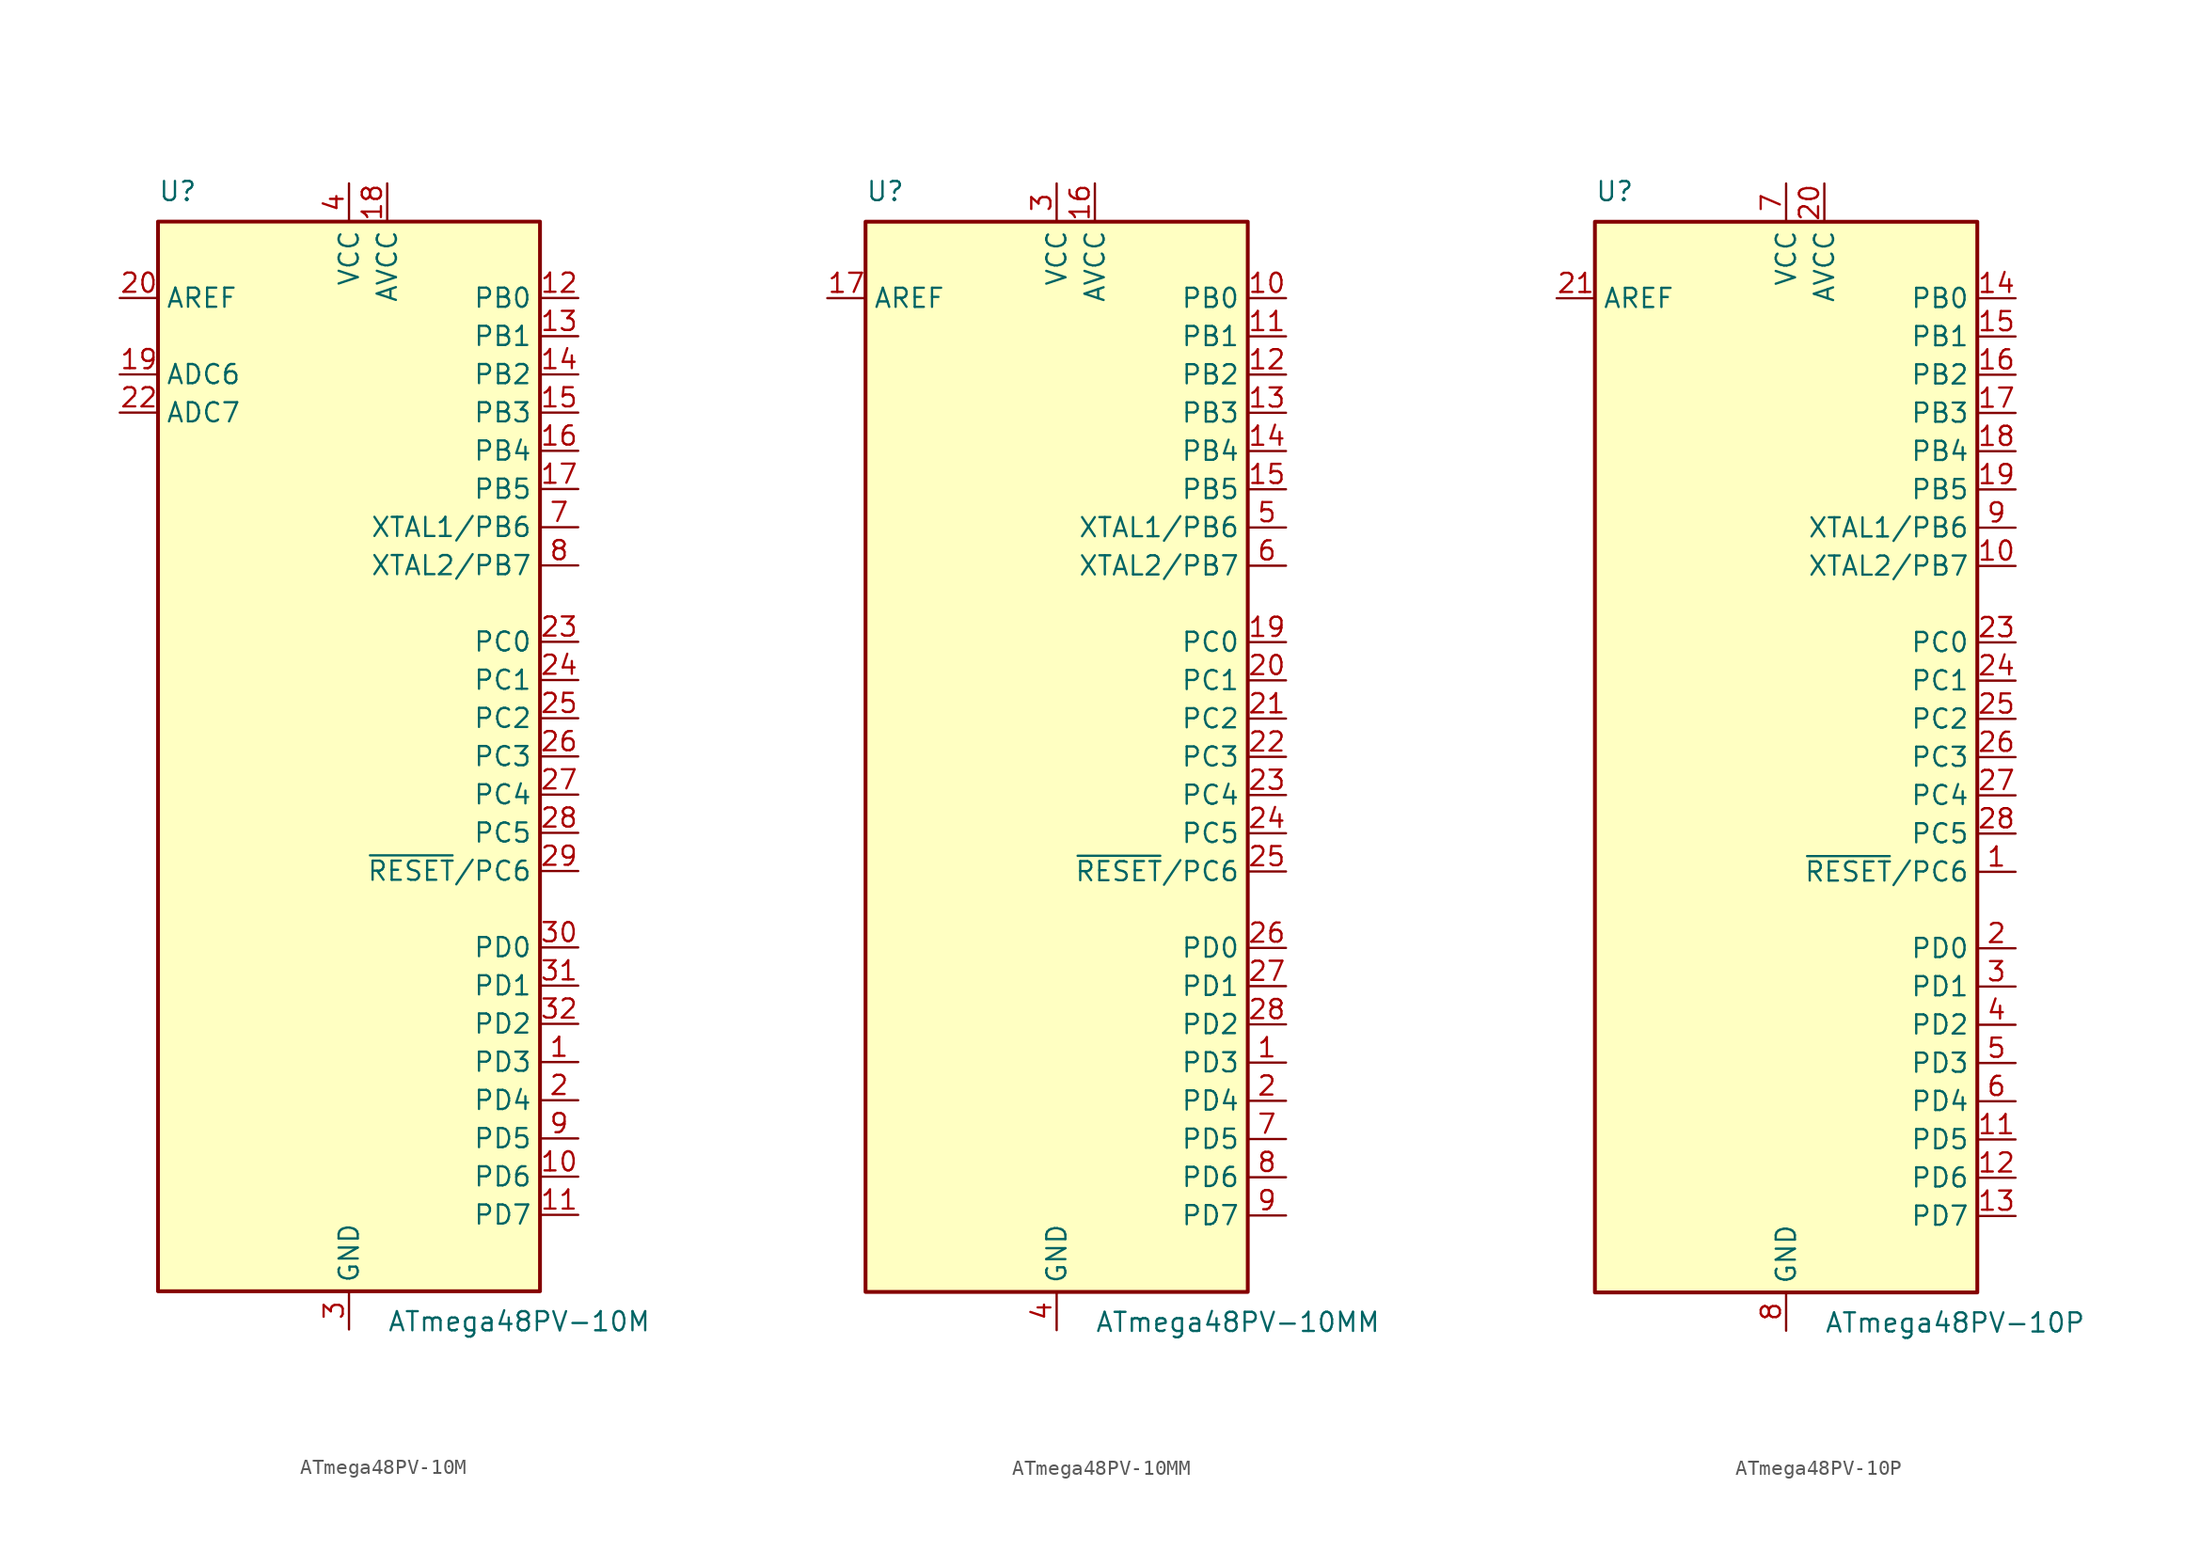
<source format=kicad_sym>
(kicad_symbol_lib
  (version 20201005)
  (generator kicad_symbol_editor)
  (symbol "ATmega48PV-10M"
    (property "Reference" "U"
      (at -12.7 36.83 0)
      (effects (font (size 1.27 1.27)) (justify left bottom)))
    (property "Value" "ATmega48PV-10M"
      (at 2.54 -36.83 0)
      (effects (font (size 1.27 1.27)) (justify left top)))
    (symbol "ATmega48PV-10M_0_1"
      (rectangle (start -12.7 -35.56) (end 12.7 35.56) (stroke (width 0.254)) (fill (type background))))
    (symbol "ATmega48PV-10M_1_1"
      (pin bidirectional line (at 15.24 -20.32 180) (length 2.54) (name "PD3" (effects (font (size 1.27 1.27)))) (number "1" (effects (font (size 1.27 1.27)))))
      (pin bidirectional line (at 15.24 -27.94 180) (length 2.54) (name "PD6" (effects (font (size 1.27 1.27)))) (number "10" (effects (font (size 1.27 1.27)))))
      (pin bidirectional line (at 15.24 -30.48 180) (length 2.54) (name "PD7" (effects (font (size 1.27 1.27)))) (number "11" (effects (font (size 1.27 1.27)))))
      (pin bidirectional line (at 15.24 30.48 180) (length 2.54) (name "PB0" (effects (font (size 1.27 1.27)))) (number "12" (effects (font (size 1.27 1.27)))))
      (pin bidirectional line (at 15.24 27.94 180) (length 2.54) (name "PB1" (effects (font (size 1.27 1.27)))) (number "13" (effects (font (size 1.27 1.27)))))
      (pin bidirectional line (at 15.24 25.4 180) (length 2.54) (name "PB2" (effects (font (size 1.27 1.27)))) (number "14" (effects (font (size 1.27 1.27)))))
      (pin bidirectional line (at 15.24 22.86 180) (length 2.54) (name "PB3" (effects (font (size 1.27 1.27)))) (number "15" (effects (font (size 1.27 1.27)))))
      (pin bidirectional line (at 15.24 20.32 180) (length 2.54) (name "PB4" (effects (font (size 1.27 1.27)))) (number "16" (effects (font (size 1.27 1.27)))))
      (pin bidirectional line (at 15.24 17.78 180) (length 2.54) (name "PB5" (effects (font (size 1.27 1.27)))) (number "17" (effects (font (size 1.27 1.27)))))
      (pin power_in line (at 2.54 38.1 270) (length 2.54) (name "AVCC" (effects (font (size 1.27 1.27)))) (number "18" (effects (font (size 1.27 1.27)))))
      (pin input line (at -15.24 25.4 0) (length 2.54) (name "ADC6" (effects (font (size 1.27 1.27)))) (number "19" (effects (font (size 1.27 1.27)))))
      (pin bidirectional line (at 15.24 -22.86 180) (length 2.54) (name "PD4" (effects (font (size 1.27 1.27)))) (number "2" (effects (font (size 1.27 1.27)))))
      (pin passive line (at -15.24 30.48 0) (length 2.54) (name "AREF" (effects (font (size 1.27 1.27)))) (number "20" (effects (font (size 1.27 1.27)))))
      (pin passive line (at 0 -38.1 90) (length 2.54) hide (name "GND" (effects (font (size 1.27 1.27)))) (number "21" (effects (font (size 1.27 1.27)))))
      (pin input line (at -15.24 22.86 0) (length 2.54) (name "ADC7" (effects (font (size 1.27 1.27)))) (number "22" (effects (font (size 1.27 1.27)))))
      (pin bidirectional line (at 15.24 7.62 180) (length 2.54) (name "PC0" (effects (font (size 1.27 1.27)))) (number "23" (effects (font (size 1.27 1.27)))))
      (pin bidirectional line (at 15.24 5.08 180) (length 2.54) (name "PC1" (effects (font (size 1.27 1.27)))) (number "24" (effects (font (size 1.27 1.27)))))
      (pin bidirectional line (at 15.24 2.54 180) (length 2.54) (name "PC2" (effects (font (size 1.27 1.27)))) (number "25" (effects (font (size 1.27 1.27)))))
      (pin bidirectional line (at 15.24 0 180) (length 2.54) (name "PC3" (effects (font (size 1.27 1.27)))) (number "26" (effects (font (size 1.27 1.27)))))
      (pin bidirectional line (at 15.24 -2.54 180) (length 2.54) (name "PC4" (effects (font (size 1.27 1.27)))) (number "27" (effects (font (size 1.27 1.27)))))
      (pin bidirectional line (at 15.24 -5.08 180) (length 2.54) (name "PC5" (effects (font (size 1.27 1.27)))) (number "28" (effects (font (size 1.27 1.27)))))
      (pin bidirectional line (at 15.24 -7.62 180) (length 2.54) (name "~RESET~/PC6" (effects (font (size 1.27 1.27)))) (number "29" (effects (font (size 1.27 1.27)))))
      (pin power_in line (at 0 -38.1 90) (length 2.54) (name "GND" (effects (font (size 1.27 1.27)))) (number "3" (effects (font (size 1.27 1.27)))))
      (pin bidirectional line (at 15.24 -12.7 180) (length 2.54) (name "PD0" (effects (font (size 1.27 1.27)))) (number "30" (effects (font (size 1.27 1.27)))))
      (pin bidirectional line (at 15.24 -15.24 180) (length 2.54) (name "PD1" (effects (font (size 1.27 1.27)))) (number "31" (effects (font (size 1.27 1.27)))))
      (pin bidirectional line (at 15.24 -17.78 180) (length 2.54) (name "PD2" (effects (font (size 1.27 1.27)))) (number "32" (effects (font (size 1.27 1.27)))))
      (pin passive line (at 0 -38.1 90) (length 2.54) hide (name "GND" (effects (font (size 1.27 1.27)))) (number "33" (effects (font (size 1.27 1.27)))))
      (pin power_in line (at 0 38.1 270) (length 2.54) (name "VCC" (effects (font (size 1.27 1.27)))) (number "4" (effects (font (size 1.27 1.27)))))
      (pin passive line (at 0 -38.1 90) (length 2.54) hide (name "GND" (effects (font (size 1.27 1.27)))) (number "5" (effects (font (size 1.27 1.27)))))
      (pin passive line (at 0 38.1 270) (length 2.54) hide (name "VCC" (effects (font (size 1.27 1.27)))) (number "6" (effects (font (size 1.27 1.27)))))
      (pin bidirectional line (at 15.24 15.24 180) (length 2.54) (name "XTAL1/PB6" (effects (font (size 1.27 1.27)))) (number "7" (effects (font (size 1.27 1.27)))))
      (pin bidirectional line (at 15.24 12.7 180) (length 2.54) (name "XTAL2/PB7" (effects (font (size 1.27 1.27)))) (number "8" (effects (font (size 1.27 1.27)))))
      (pin bidirectional line (at 15.24 -25.4 180) (length 2.54) (name "PD5" (effects (font (size 1.27 1.27)))) (number "9" (effects (font (size 1.27 1.27)))))))
  (symbol "ATmega48PV-10MM"
    (property "Reference" "U"
      (at -12.7 36.83 0)
      (effects (font (size 1.27 1.27)) (justify left bottom)))
    (property "Value" "ATmega48PV-10MM"
      (at 2.54 -36.83 0)
      (effects (font (size 1.27 1.27)) (justify left top)))
    (symbol "ATmega48PV-10MM_0_1"
      (rectangle (start -12.7 -35.56) (end 12.7 35.56) (stroke (width 0.254)) (fill (type background))))
    (symbol "ATmega48PV-10MM_1_1"
      (pin bidirectional line (at 15.24 -20.32 180) (length 2.54) (name "PD3" (effects (font (size 1.27 1.27)))) (number "1" (effects (font (size 1.27 1.27)))))
      (pin bidirectional line (at 15.24 30.48 180) (length 2.54) (name "PB0" (effects (font (size 1.27 1.27)))) (number "10" (effects (font (size 1.27 1.27)))))
      (pin bidirectional line (at 15.24 27.94 180) (length 2.54) (name "PB1" (effects (font (size 1.27 1.27)))) (number "11" (effects (font (size 1.27 1.27)))))
      (pin bidirectional line (at 15.24 25.4 180) (length 2.54) (name "PB2" (effects (font (size 1.27 1.27)))) (number "12" (effects (font (size 1.27 1.27)))))
      (pin bidirectional line (at 15.24 22.86 180) (length 2.54) (name "PB3" (effects (font (size 1.27 1.27)))) (number "13" (effects (font (size 1.27 1.27)))))
      (pin bidirectional line (at 15.24 20.32 180) (length 2.54) (name "PB4" (effects (font (size 1.27 1.27)))) (number "14" (effects (font (size 1.27 1.27)))))
      (pin bidirectional line (at 15.24 17.78 180) (length 2.54) (name "PB5" (effects (font (size 1.27 1.27)))) (number "15" (effects (font (size 1.27 1.27)))))
      (pin power_in line (at 2.54 38.1 270) (length 2.54) (name "AVCC" (effects (font (size 1.27 1.27)))) (number "16" (effects (font (size 1.27 1.27)))))
      (pin passive line (at -15.24 30.48 0) (length 2.54) (name "AREF" (effects (font (size 1.27 1.27)))) (number "17" (effects (font (size 1.27 1.27)))))
      (pin passive line (at 0 -38.1 90) (length 2.54) hide (name "GND" (effects (font (size 1.27 1.27)))) (number "18" (effects (font (size 1.27 1.27)))))
      (pin bidirectional line (at 15.24 7.62 180) (length 2.54) (name "PC0" (effects (font (size 1.27 1.27)))) (number "19" (effects (font (size 1.27 1.27)))))
      (pin bidirectional line (at 15.24 -22.86 180) (length 2.54) (name "PD4" (effects (font (size 1.27 1.27)))) (number "2" (effects (font (size 1.27 1.27)))))
      (pin bidirectional line (at 15.24 5.08 180) (length 2.54) (name "PC1" (effects (font (size 1.27 1.27)))) (number "20" (effects (font (size 1.27 1.27)))))
      (pin bidirectional line (at 15.24 2.54 180) (length 2.54) (name "PC2" (effects (font (size 1.27 1.27)))) (number "21" (effects (font (size 1.27 1.27)))))
      (pin bidirectional line (at 15.24 0 180) (length 2.54) (name "PC3" (effects (font (size 1.27 1.27)))) (number "22" (effects (font (size 1.27 1.27)))))
      (pin bidirectional line (at 15.24 -2.54 180) (length 2.54) (name "PC4" (effects (font (size 1.27 1.27)))) (number "23" (effects (font (size 1.27 1.27)))))
      (pin bidirectional line (at 15.24 -5.08 180) (length 2.54) (name "PC5" (effects (font (size 1.27 1.27)))) (number "24" (effects (font (size 1.27 1.27)))))
      (pin bidirectional line (at 15.24 -7.62 180) (length 2.54) (name "~RESET~/PC6" (effects (font (size 1.27 1.27)))) (number "25" (effects (font (size 1.27 1.27)))))
      (pin bidirectional line (at 15.24 -12.7 180) (length 2.54) (name "PD0" (effects (font (size 1.27 1.27)))) (number "26" (effects (font (size 1.27 1.27)))))
      (pin bidirectional line (at 15.24 -15.24 180) (length 2.54) (name "PD1" (effects (font (size 1.27 1.27)))) (number "27" (effects (font (size 1.27 1.27)))))
      (pin bidirectional line (at 15.24 -17.78 180) (length 2.54) (name "PD2" (effects (font (size 1.27 1.27)))) (number "28" (effects (font (size 1.27 1.27)))))
      (pin passive line (at 0 -38.1 90) (length 2.54) hide (name "GND" (effects (font (size 1.27 1.27)))) (number "29" (effects (font (size 1.27 1.27)))))
      (pin power_in line (at 0 38.1 270) (length 2.54) (name "VCC" (effects (font (size 1.27 1.27)))) (number "3" (effects (font (size 1.27 1.27)))))
      (pin power_in line (at 0 -38.1 90) (length 2.54) (name "GND" (effects (font (size 1.27 1.27)))) (number "4" (effects (font (size 1.27 1.27)))))
      (pin bidirectional line (at 15.24 15.24 180) (length 2.54) (name "XTAL1/PB6" (effects (font (size 1.27 1.27)))) (number "5" (effects (font (size 1.27 1.27)))))
      (pin bidirectional line (at 15.24 12.7 180) (length 2.54) (name "XTAL2/PB7" (effects (font (size 1.27 1.27)))) (number "6" (effects (font (size 1.27 1.27)))))
      (pin bidirectional line (at 15.24 -25.4 180) (length 2.54) (name "PD5" (effects (font (size 1.27 1.27)))) (number "7" (effects (font (size 1.27 1.27)))))
      (pin bidirectional line (at 15.24 -27.94 180) (length 2.54) (name "PD6" (effects (font (size 1.27 1.27)))) (number "8" (effects (font (size 1.27 1.27)))))
      (pin bidirectional line (at 15.24 -30.48 180) (length 2.54) (name "PD7" (effects (font (size 1.27 1.27)))) (number "9" (effects (font (size 1.27 1.27)))))))
  (symbol "ATmega48PV-10P"
    (property "Reference" "U"
      (at -12.7 36.83 0)
      (effects (font (size 1.27 1.27)) (justify left bottom)))
    (property "Value" "ATmega48PV-10P"
      (at 2.54 -36.83 0)
      (effects (font (size 1.27 1.27)) (justify left top)))
    (symbol "ATmega48PV-10P_0_1"
      (rectangle (start -12.7 -35.56) (end 12.7 35.56) (stroke (width 0.254)) (fill (type background))))
    (symbol "ATmega48PV-10P_1_1"
      (pin bidirectional line (at 15.24 -7.62 180) (length 2.54) (name "~RESET~/PC6" (effects (font (size 1.27 1.27)))) (number "1" (effects (font (size 1.27 1.27)))))
      (pin bidirectional line (at 15.24 12.7 180) (length 2.54) (name "XTAL2/PB7" (effects (font (size 1.27 1.27)))) (number "10" (effects (font (size 1.27 1.27)))))
      (pin bidirectional line (at 15.24 -25.4 180) (length 2.54) (name "PD5" (effects (font (size 1.27 1.27)))) (number "11" (effects (font (size 1.27 1.27)))))
      (pin bidirectional line (at 15.24 -27.94 180) (length 2.54) (name "PD6" (effects (font (size 1.27 1.27)))) (number "12" (effects (font (size 1.27 1.27)))))
      (pin bidirectional line (at 15.24 -30.48 180) (length 2.54) (name "PD7" (effects (font (size 1.27 1.27)))) (number "13" (effects (font (size 1.27 1.27)))))
      (pin bidirectional line (at 15.24 30.48 180) (length 2.54) (name "PB0" (effects (font (size 1.27 1.27)))) (number "14" (effects (font (size 1.27 1.27)))))
      (pin bidirectional line (at 15.24 27.94 180) (length 2.54) (name "PB1" (effects (font (size 1.27 1.27)))) (number "15" (effects (font (size 1.27 1.27)))))
      (pin bidirectional line (at 15.24 25.4 180) (length 2.54) (name "PB2" (effects (font (size 1.27 1.27)))) (number "16" (effects (font (size 1.27 1.27)))))
      (pin bidirectional line (at 15.24 22.86 180) (length 2.54) (name "PB3" (effects (font (size 1.27 1.27)))) (number "17" (effects (font (size 1.27 1.27)))))
      (pin bidirectional line (at 15.24 20.32 180) (length 2.54) (name "PB4" (effects (font (size 1.27 1.27)))) (number "18" (effects (font (size 1.27 1.27)))))
      (pin bidirectional line (at 15.24 17.78 180) (length 2.54) (name "PB5" (effects (font (size 1.27 1.27)))) (number "19" (effects (font (size 1.27 1.27)))))
      (pin bidirectional line (at 15.24 -12.7 180) (length 2.54) (name "PD0" (effects (font (size 1.27 1.27)))) (number "2" (effects (font (size 1.27 1.27)))))
      (pin power_in line (at 2.54 38.1 270) (length 2.54) (name "AVCC" (effects (font (size 1.27 1.27)))) (number "20" (effects (font (size 1.27 1.27)))))
      (pin passive line (at -15.24 30.48 0) (length 2.54) (name "AREF" (effects (font (size 1.27 1.27)))) (number "21" (effects (font (size 1.27 1.27)))))
      (pin passive line (at 0 -38.1 90) (length 2.54) hide (name "GND" (effects (font (size 1.27 1.27)))) (number "22" (effects (font (size 1.27 1.27)))))
      (pin bidirectional line (at 15.24 7.62 180) (length 2.54) (name "PC0" (effects (font (size 1.27 1.27)))) (number "23" (effects (font (size 1.27 1.27)))))
      (pin bidirectional line (at 15.24 5.08 180) (length 2.54) (name "PC1" (effects (font (size 1.27 1.27)))) (number "24" (effects (font (size 1.27 1.27)))))
      (pin bidirectional line (at 15.24 2.54 180) (length 2.54) (name "PC2" (effects (font (size 1.27 1.27)))) (number "25" (effects (font (size 1.27 1.27)))))
      (pin bidirectional line (at 15.24 0 180) (length 2.54) (name "PC3" (effects (font (size 1.27 1.27)))) (number "26" (effects (font (size 1.27 1.27)))))
      (pin bidirectional line (at 15.24 -2.54 180) (length 2.54) (name "PC4" (effects (font (size 1.27 1.27)))) (number "27" (effects (font (size 1.27 1.27)))))
      (pin bidirectional line (at 15.24 -5.08 180) (length 2.54) (name "PC5" (effects (font (size 1.27 1.27)))) (number "28" (effects (font (size 1.27 1.27)))))
      (pin bidirectional line (at 15.24 -15.24 180) (length 2.54) (name "PD1" (effects (font (size 1.27 1.27)))) (number "3" (effects (font (size 1.27 1.27)))))
      (pin bidirectional line (at 15.24 -17.78 180) (length 2.54) (name "PD2" (effects (font (size 1.27 1.27)))) (number "4" (effects (font (size 1.27 1.27)))))
      (pin bidirectional line (at 15.24 -20.32 180) (length 2.54) (name "PD3" (effects (font (size 1.27 1.27)))) (number "5" (effects (font (size 1.27 1.27)))))
      (pin bidirectional line (at 15.24 -22.86 180) (length 2.54) (name "PD4" (effects (font (size 1.27 1.27)))) (number "6" (effects (font (size 1.27 1.27)))))
      (pin power_in line (at 0 38.1 270) (length 2.54) (name "VCC" (effects (font (size 1.27 1.27)))) (number "7" (effects (font (size 1.27 1.27)))))
      (pin power_in line (at 0 -38.1 90) (length 2.54) (name "GND" (effects (font (size 1.27 1.27)))) (number "8" (effects (font (size 1.27 1.27)))))
      (pin bidirectional line (at 15.24 15.24 180) (length 2.54) (name "XTAL1/PB6" (effects (font (size 1.27 1.27)))) (number "9" (effects (font (size 1.27 1.27))))))))
</source>
